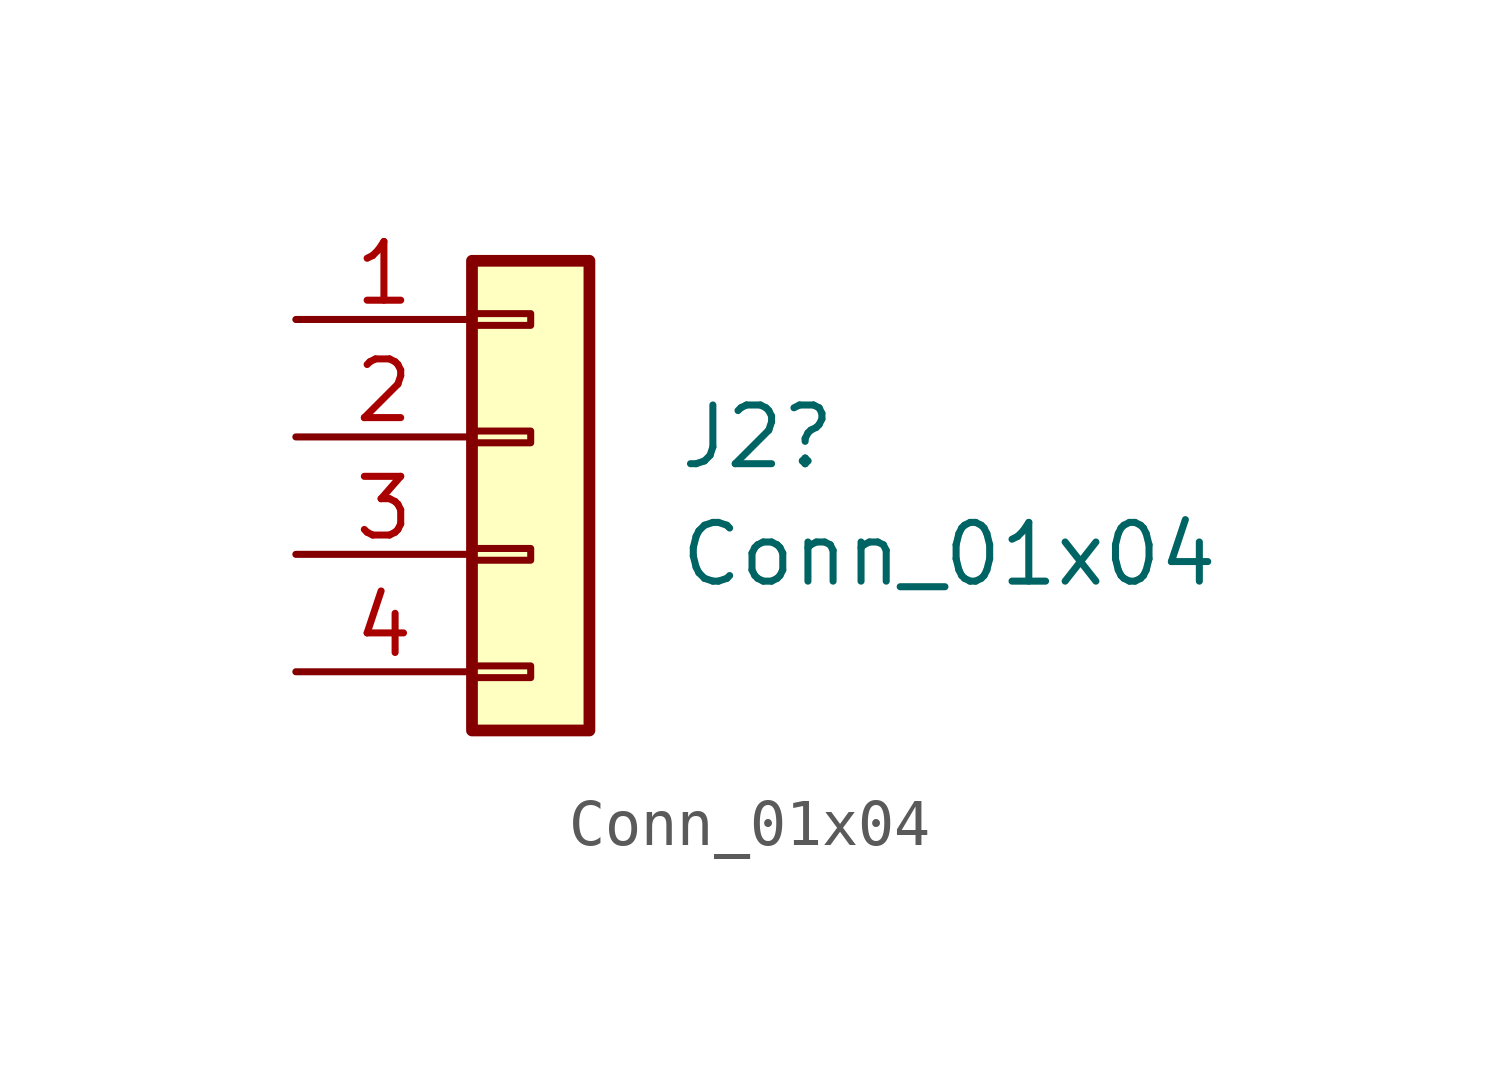
<source format=kicad_sym>
(kicad_symbol_lib
  (version 20211014)
  (generator kicad_symbol_editor)
  (symbol "Conn_01x04"
    (pin_names
      (offset 1.016) hide)
    (property "Reference" "J2"
      (at 3.175 0.0001 0)
      (effects (font (size 1.27 1.27)) (justify left)))
    (property "Value" "Conn_01x04"
      (at 3.175 -2.54 0)
      (effects (font (size 1.27 1.27)) (justify left)))
    (symbol "Conn_01x04_1_1"
      (rectangle (start -1.27 -4.953) (end 0 -5.207) (stroke (width 0.152) (type default) (color 0 0 0 0)) (fill (type none)))
      (rectangle (start -1.27 -2.413) (end 0 -2.667) (stroke (width 0.152) (type default) (color 0 0 0 0)) (fill (type none)))
      (rectangle (start -1.27 0.127) (end 0 -0.127) (stroke (width 0.152) (type default) (color 0 0 0 0)) (fill (type none)))
      (rectangle (start -1.27 2.667) (end 0 2.413) (stroke (width 0.152) (type default) (color 0 0 0 0)) (fill (type none)))
      (rectangle (start -1.27 3.81) (end 1.27 -6.35) (stroke (width 0.254) (type default) (color 0 0 0 0)) (fill (type background)))
      (pin passive line (at -5.08 2.54 0) (length 3.81) (name "Pin_1" (effects (font (size 1.27 1.27)))) (number "1" (effects (font (size 1.27 1.27)))))
      (pin passive line (at -5.08 0 0) (length 3.81) (name "Pin_2" (effects (font (size 1.27 1.27)))) (number "2" (effects (font (size 1.27 1.27)))))
      (pin passive line (at -5.08 -2.54 0) (length 3.81) (name "Pin_3" (effects (font (size 1.27 1.27)))) (number "3" (effects (font (size 1.27 1.27)))))
      (pin passive line (at -5.08 -5.08 0) (length 3.81) (name "Pin_4" (effects (font (size 1.27 1.27)))) (number "4" (effects (font (size 1.27 1.27))))))))
</source>
